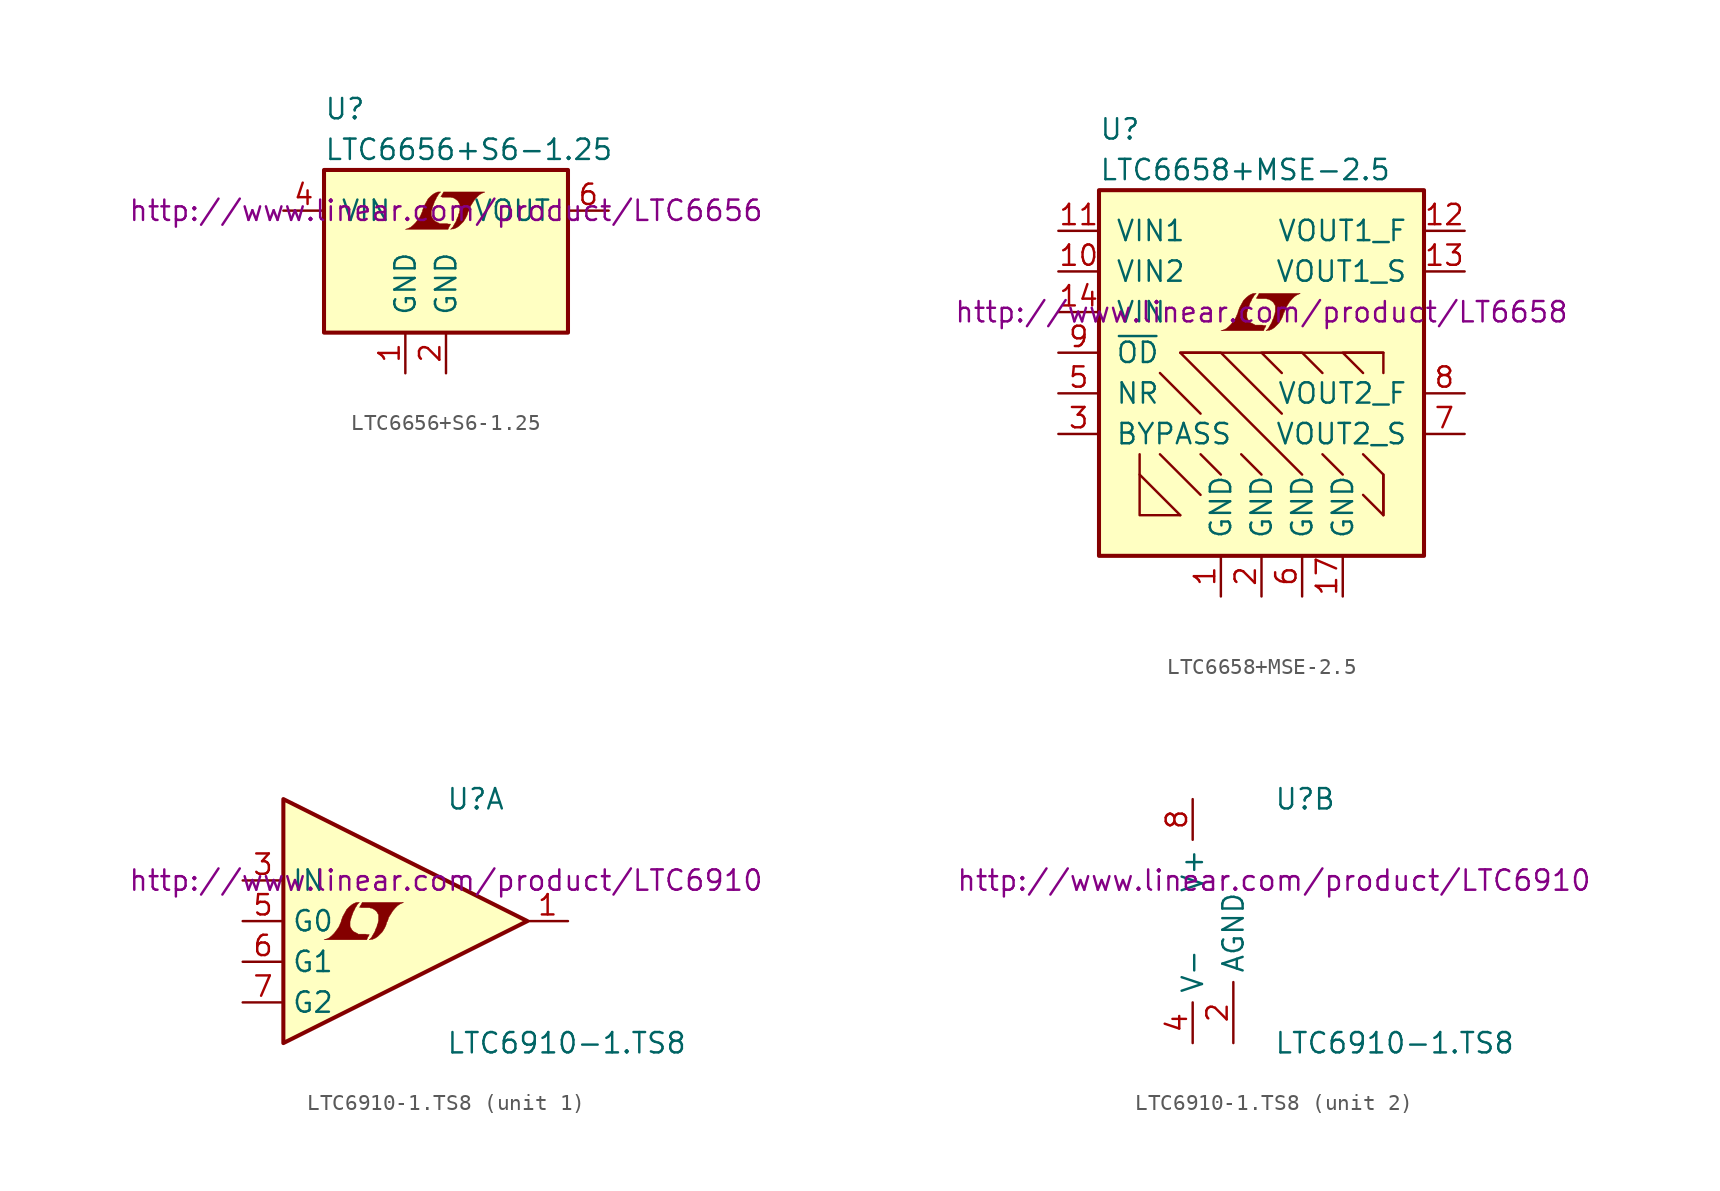
<source format=kicad_sym>
(kicad_symbol_lib
  (version 20201005)
  (generator kicad_symbol_editor)
  (symbol "LTC6656+S6-1.25"
    (pin_names
      (offset 1.016))
    (property "Reference" "U"
      (at -7.62 8.89 0)
      (effects (font (size 1.27 1.27)) (justify left)))
    (property "Value" "LTC6656+S6-1.25"
      (at -7.62 6.35 0)
      (effects (font (size 1.27 1.27)) (justify left)))
    (property "Datasheet" "http://www.linear.com/product/LTC6656"
      (at 0 2.54 0)
      (effects (font (size 1.27 1.27))))
    (symbol "LTC6656+S6-1.25_0_0"
      (polyline (pts (xy 0.203 1.549) (xy 0.229 1.575) (xy 0.279 1.676) (xy 0.279 1.702) (xy 0.152 1.702) (xy 0.051 1.727) (xy -0.406 1.727) (xy -0.432 1.753) (xy -0.686 1.88) (xy -0.787 1.981) (xy -0.864 2.108) (xy -0.914 2.21) (xy -0.914 2.515) (xy -0.864 2.667) (xy -0.838 2.769) (xy -0.813 2.845) (xy -0.762 2.972) (xy -0.711 3.124) (xy -0.635 3.251) (xy -0.584 3.378) (xy -0.508 3.48) (xy -0.457 3.581) (xy -0.33 3.708) (xy -0.508 3.708) (xy -0.635 3.658) (xy -0.737 3.607) (xy -0.813 3.556) (xy -0.94 3.454) (xy -1.118 3.277) (xy -1.372 2.819) (xy -1.473 2.54) (xy -1.473 2.489) (xy -1.524 2.388) (xy -1.575 2.261) (xy -1.626 2.159) (xy -1.753 1.981) (xy -1.905 1.778) (xy -2.057 1.626) (xy -2.21 1.499) (xy -2.388 1.422) (xy -2.54 1.372) (xy 0.127 1.372) (xy 0.203 1.549)) (stroke (width 0.025)) (fill (type outline)))
      (polyline (pts (xy 0.406 1.397) (xy 0.483 1.397) (xy 0.66 1.473) (xy 0.813 1.575) (xy 1.092 1.854) (xy 1.219 2.057) (xy 1.321 2.261) (xy 1.397 2.515) (xy 1.422 2.515) (xy 1.499 2.769) (xy 1.753 3.175) (xy 1.905 3.353) (xy 2.057 3.505) (xy 2.21 3.607) (xy 2.388 3.683) (xy 2.413 3.683) (xy 2.413 3.708) (xy -0.152 3.708) (xy -0.229 3.556) (xy -0.254 3.531) (xy -0.305 3.429) (xy -0.33 3.404) (xy -0.279 3.404) (xy -0.229 3.378) (xy 0.305 3.378) (xy 0.356 3.353) (xy 0.406 3.353) (xy 0.483 3.327) (xy 0.61 3.251) (xy 0.737 3.15) (xy 0.813 3.023) (xy 0.838 2.972) (xy 0.864 2.946) (xy 0.864 2.54) (xy 0.838 2.489) (xy 0.838 2.413) (xy 0.787 2.311) (xy 0.762 2.184) (xy 0.686 2.032) (xy 0.635 1.88) (xy 0.483 1.626) (xy 0.432 1.524) (xy 0.279 1.372) (xy 0.406 1.397)) (stroke (width 0.025)) (fill (type outline))))
    (symbol "LTC6656+S6-1.25_0_1"
      (rectangle (start -7.62 5.08) (end 7.62 -5.08) (stroke (width 0.254)) (fill (type background))))
    (symbol "LTC6656+S6-1.25_1_1"
      (pin power_in line (at -2.54 -7.62 90) (length 2.54) (name "GND" (effects (font (size 1.27 1.27)))) (number "1" (effects (font (size 1.27 1.27)))))
      (pin power_in line (at 0 -7.62 90) (length 2.54) (name "GND" (effects (font (size 1.27 1.27)))) (number "2" (effects (font (size 1.27 1.27)))))
      (pin unconnected line (at -10.16 0 0) (length 2.54) hide (name "NC" (effects (font (size 1.27 1.27)))) (number "3" (effects (font (size 1.27 1.27)))))
      (pin power_in line (at -10.16 2.54 0) (length 2.54) (name "VIN" (effects (font (size 1.27 1.27)))) (number "4" (effects (font (size 1.27 1.27)))))
      (pin unconnected line (at -10.16 -2.54 0) (length 2.54) hide (name "NC" (effects (font (size 1.27 1.27)))) (number "5" (effects (font (size 1.27 1.27)))))
      (pin power_out line (at 10.16 2.54 180) (length 2.54) (name "VOUT" (effects (font (size 1.27 1.27)))) (number "6" (effects (font (size 1.27 1.27)))))))
  (symbol "LTC6658+MSE-2.5"
    (pin_names
      (offset 1.016))
    (property "Reference" "U"
      (at -10.16 16.51 0)
      (effects (font (size 1.27 1.27)) (justify left)))
    (property "Value" "LTC6658+MSE-2.5"
      (at -10.16 13.97 0)
      (effects (font (size 1.27 1.27)) (justify left)))
    (property "Datasheet" "http://www.linear.com/product/LT6658"
      (at 0 5.08 0)
      (effects (font (size 1.27 1.27))))
    (symbol "LTC6658+MSE-2.5_0_0"
      (polyline (pts (xy 0.203 4.089) (xy 0.229 4.115) (xy 0.279 4.216) (xy 0.279 4.242) (xy 0.152 4.242) (xy 0.051 4.267) (xy -0.406 4.267) (xy -0.432 4.293) (xy -0.686 4.42) (xy -0.787 4.521) (xy -0.864 4.648) (xy -0.914 4.75) (xy -0.914 5.055) (xy -0.864 5.207) (xy -0.838 5.309) (xy -0.813 5.385) (xy -0.762 5.512) (xy -0.711 5.664) (xy -0.635 5.791) (xy -0.584 5.918) (xy -0.508 6.02) (xy -0.457 6.121) (xy -0.33 6.248) (xy -0.508 6.248) (xy -0.635 6.198) (xy -0.737 6.147) (xy -0.813 6.096) (xy -0.94 5.994) (xy -1.118 5.817) (xy -1.372 5.359) (xy -1.473 5.08) (xy -1.473 5.029) (xy -1.524 4.928) (xy -1.575 4.801) (xy -1.626 4.699) (xy -1.753 4.521) (xy -1.905 4.318) (xy -2.057 4.166) (xy -2.21 4.039) (xy -2.388 3.962) (xy -2.54 3.912) (xy 0.127 3.912) (xy 0.203 4.089)) (stroke (width 0.025)) (fill (type outline)))
      (polyline (pts (xy 0.406 3.937) (xy 0.483 3.937) (xy 0.66 4.013) (xy 0.813 4.115) (xy 1.092 4.394) (xy 1.219 4.597) (xy 1.321 4.801) (xy 1.397 5.055) (xy 1.422 5.055) (xy 1.499 5.309) (xy 1.753 5.715) (xy 1.905 5.893) (xy 2.057 6.045) (xy 2.21 6.147) (xy 2.388 6.223) (xy 2.413 6.223) (xy 2.413 6.248) (xy -0.152 6.248) (xy -0.229 6.096) (xy -0.254 6.071) (xy -0.305 5.969) (xy -0.33 5.944) (xy -0.279 5.944) (xy -0.229 5.918) (xy 0.305 5.918) (xy 0.356 5.893) (xy 0.406 5.893) (xy 0.483 5.867) (xy 0.61 5.791) (xy 0.737 5.69) (xy 0.813 5.563) (xy 0.838 5.512) (xy 0.864 5.486) (xy 0.864 5.08) (xy 0.838 5.029) (xy 0.838 4.953) (xy 0.787 4.851) (xy 0.762 4.724) (xy 0.686 4.572) (xy 0.635 4.42) (xy 0.483 4.166) (xy 0.432 4.064) (xy 0.279 3.912) (xy 0.406 3.937)) (stroke (width 0.025)) (fill (type outline))))
    (symbol "LTC6658+MSE-2.5_0_1"
      (rectangle (start -10.16 12.7) (end 10.16 -10.16) (stroke (width 0.254)) (fill (type background)))
      (polyline (pts (xy -6.35 -3.81) (xy -3.81 -6.35)) (stroke (width 0)) (fill (type none)))
      (polyline (pts (xy -6.35 1.27) (xy -3.81 -1.27)) (stroke (width 0)) (fill (type none)))
      (polyline (pts (xy -2.54 -5.08) (xy -3.81 -3.81)) (stroke (width 0)) (fill (type none)))
      (polyline (pts (xy -1.27 -3.81) (xy 0 -5.08)) (stroke (width 0)) (fill (type none)))
      (polyline (pts (xy 3.81 -3.81) (xy 5.08 -5.08)) (stroke (width 0)) (fill (type none)))
      (polyline (pts (xy 7.62 -7.62) (xy 7.62 -5.08)) (stroke (width 0)) (fill (type none)))
      (polyline (pts (xy 7.62 2.54) (xy -5.08 2.54)) (stroke (width 0)) (fill (type none)))
      (polyline (pts (xy -7.62 -5.08) (xy -7.62 -7.62) (xy -5.08 -7.62)) (stroke (width 0)) (fill (type none)))
      (polyline (pts (xy -5.08 -7.62) (xy -7.62 -5.08) (xy -7.62 -3.81)) (stroke (width 0)) (fill (type none)))
      (polyline (pts (xy 1.27 1.27) (xy 0 2.54) (xy 2.54 2.54) (xy 3.81 1.27)) (stroke (width 0)) (fill (type none)))
      (polyline (pts (xy 2.54 -5.08) (xy -5.08 2.54) (xy -2.54 2.54) (xy 1.27 -1.27)) (stroke (width 0)) (fill (type none)))
      (polyline (pts (xy 6.35 -6.35) (xy 7.62 -7.62) (xy 7.62 -5.08) (xy 6.35 -3.81)) (stroke (width 0)) (fill (type none)))
      (polyline (pts (xy 6.35 1.27) (xy 5.08 2.54) (xy 7.62 2.54) (xy 7.62 1.27)) (stroke (width 0)) (fill (type none))))
    (symbol "LTC6658+MSE-2.5_1_1"
      (pin power_in line (at -2.54 -12.7 90) (length 2.54) (name "GND" (effects (font (size 1.27 1.27)))) (number "1" (effects (font (size 1.27 1.27)))))
      (pin power_in line (at 0 -12.7 90) (length 2.54) (name "GND" (effects (font (size 1.27 1.27)))) (number "2" (effects (font (size 1.27 1.27)))))
      (pin passive line (at -12.7 -2.54 0) (length 2.54) (name "BYPASS" (effects (font (size 1.27 1.27)))) (number "3" (effects (font (size 1.27 1.27)))))
      (pin unconnected line (at -7.62 -12.7 90) (length 2.54) hide (name "DNC" (effects (font (size 1.27 1.27)))) (number "4" (effects (font (size 1.27 1.27)))))
      (pin passive line (at -12.7 0 0) (length 2.54) (name "NR" (effects (font (size 1.27 1.27)))) (number "5" (effects (font (size 1.27 1.27)))))
      (pin power_in line (at 2.54 -12.7 90) (length 2.54) (name "GND" (effects (font (size 1.27 1.27)))) (number "6" (effects (font (size 1.27 1.27)))))
      (pin passive line (at 12.7 -2.54 180) (length 2.54) (name "VOUT2_S" (effects (font (size 1.27 1.27)))) (number "7" (effects (font (size 1.27 1.27)))))
      (pin power_out line (at 12.7 0 180) (length 2.54) (name "VOUT2_F" (effects (font (size 1.27 1.27)))) (number "8" (effects (font (size 1.27 1.27)))))
      (pin input line (at -12.7 2.54 0) (length 2.54) (name "~OD~" (effects (font (size 1.27 1.27)))) (number "9" (effects (font (size 1.27 1.27)))))
      (pin power_in line (at -12.7 7.62 0) (length 2.54) (name "VIN2" (effects (font (size 1.27 1.27)))) (number "10" (effects (font (size 1.27 1.27)))))
      (pin power_in line (at -12.7 10.16 0) (length 2.54) (name "VIN1" (effects (font (size 1.27 1.27)))) (number "11" (effects (font (size 1.27 1.27)))))
      (pin power_out line (at 12.7 10.16 180) (length 2.54) (name "VOUT1_F" (effects (font (size 1.27 1.27)))) (number "12" (effects (font (size 1.27 1.27)))))
      (pin passive line (at 12.7 7.62 180) (length 2.54) (name "VOUT1_S" (effects (font (size 1.27 1.27)))) (number "13" (effects (font (size 1.27 1.27)))))
      (pin power_in line (at -12.7 5.08 0) (length 2.54) (name "VIN" (effects (font (size 1.27 1.27)))) (number "14" (effects (font (size 1.27 1.27)))))
      (pin unconnected line (at 7.62 -12.7 90) (length 2.54) hide (name "NC" (effects (font (size 1.27 1.27)))) (number "15" (effects (font (size 1.27 1.27)))))
      (pin unconnected line (at -5.08 -12.7 90) (length 2.54) hide (name "DNC" (effects (font (size 1.27 1.27)))) (number "16" (effects (font (size 1.27 1.27)))))
      (pin power_in line (at 5.08 -12.7 90) (length 2.54) (name "GND" (effects (font (size 1.27 1.27)))) (number "17" (effects (font (size 1.27 1.27)))))))
  (symbol "LTC6910-1.TS8"
    (property "Reference" "U"
      (at 5.08 7.62 0)
      (effects (font (size 1.27 1.27)) (justify left)))
    (property "Value" "LTC6910-1.TS8"
      (at 5.08 -7.62 0)
      (effects (font (size 1.27 1.27)) (justify left)))
    (property "Datasheet" "http://www.linear.com/product/LTC6910"
      (at 5.08 2.54 0)
      (effects (font (size 1.27 1.27))))
    (property "ki_locked" ""
      (at 0 0 0)
      (effects (font (size 1.27 1.27))))
    (symbol "LTC6910-1.TS8_1_1"
      (polyline (pts (xy 10.16 0) (xy -5.08 7.62) (xy -5.08 -7.62) (xy 10.16 0)) (stroke (width 0.254)) (fill (type background)))
      (polyline (pts (xy 0.203 -0.991) (xy 0.229 -0.965) (xy 0.279 -0.864) (xy 0.279 -0.838) (xy 0.152 -0.838) (xy 0.051 -0.813) (xy -0.406 -0.813) (xy -0.432 -0.787) (xy -0.686 -0.66) (xy -0.787 -0.559) (xy -0.864 -0.432) (xy -0.914 -0.33) (xy -0.914 -0.025) (xy -0.864 0.127) (xy -0.838 0.229) (xy -0.813 0.305) (xy -0.762 0.432) (xy -0.711 0.584) (xy -0.635 0.711) (xy -0.584 0.838) (xy -0.508 0.94) (xy -0.457 1.041) (xy -0.33 1.168) (xy -0.508 1.168) (xy -0.635 1.118) (xy -0.737 1.067) (xy -0.813 1.016) (xy -0.94 0.914) (xy -1.118 0.737) (xy -1.372 0.279) (xy -1.473 0) (xy -1.473 -0.051) (xy -1.524 -0.152) (xy -1.575 -0.279) (xy -1.626 -0.381) (xy -1.753 -0.559) (xy -1.905 -0.762) (xy -2.057 -0.914) (xy -2.21 -1.041) (xy -2.388 -1.118) (xy -2.54 -1.168) (xy 0.127 -1.168) (xy 0.203 -0.991)) (stroke (width 0.025)) (fill (type outline)))
      (polyline (pts (xy 0.406 -1.143) (xy 0.483 -1.143) (xy 0.66 -1.067) (xy 0.813 -0.965) (xy 1.092 -0.686) (xy 1.219 -0.483) (xy 1.321 -0.279) (xy 1.397 -0.025) (xy 1.422 -0.025) (xy 1.499 0.229) (xy 1.753 0.635) (xy 1.905 0.813) (xy 2.057 0.965) (xy 2.21 1.067) (xy 2.388 1.143) (xy 2.413 1.143) (xy 2.413 1.168) (xy -0.152 1.168) (xy -0.229 1.016) (xy -0.254 0.991) (xy -0.305 0.889) (xy -0.33 0.864) (xy -0.279 0.864) (xy -0.229 0.838) (xy 0.305 0.838) (xy 0.356 0.813) (xy 0.406 0.813) (xy 0.483 0.787) (xy 0.61 0.711) (xy 0.737 0.61) (xy 0.813 0.483) (xy 0.838 0.432) (xy 0.864 0.406) (xy 0.864 0) (xy 0.838 -0.051) (xy 0.838 -0.127) (xy 0.787 -0.229) (xy 0.762 -0.356) (xy 0.686 -0.508) (xy 0.635 -0.66) (xy 0.483 -0.914) (xy 0.432 -1.016) (xy 0.279 -1.168) (xy 0.406 -1.143)) (stroke (width 0.025)) (fill (type outline)))
      (pin output line (at 12.7 0 180) (length 2.54) (name "~" (effects (font (size 1.27 1.27)))) (number "1" (effects (font (size 1.27 1.27)))))
      (pin input line (at -7.62 2.54 0) (length 2.54) (name "IN" (effects (font (size 1.27 1.27)))) (number "3" (effects (font (size 1.27 1.27)))))
      (pin input line (at -7.62 0 0) (length 2.54) (name "G0" (effects (font (size 1.27 1.27)))) (number "5" (effects (font (size 1.27 1.27)))))
      (pin input line (at -7.62 -2.54 0) (length 2.54) (name "G1" (effects (font (size 1.27 1.27)))) (number "6" (effects (font (size 1.27 1.27)))))
      (pin input line (at -7.62 -5.08 0) (length 2.54) (name "G2" (effects (font (size 1.27 1.27)))) (number "7" (effects (font (size 1.27 1.27))))))
    (symbol "LTC6910-1.TS8_2_1"
      (pin power_in line (at 2.54 -7.62 90) (length 3.81) (name "AGND" (effects (font (size 1.27 1.27)))) (number "2" (effects (font (size 1.27 1.27)))))
      (pin power_in line (at 0 -7.62 90) (length 2.54) (name "V-" (effects (font (size 1.27 1.27)))) (number "4" (effects (font (size 1.27 1.27)))))
      (pin power_in line (at 0 7.62 270) (length 2.54) (name "V+" (effects (font (size 1.27 1.27)))) (number "8" (effects (font (size 1.27 1.27))))))))
</source>
